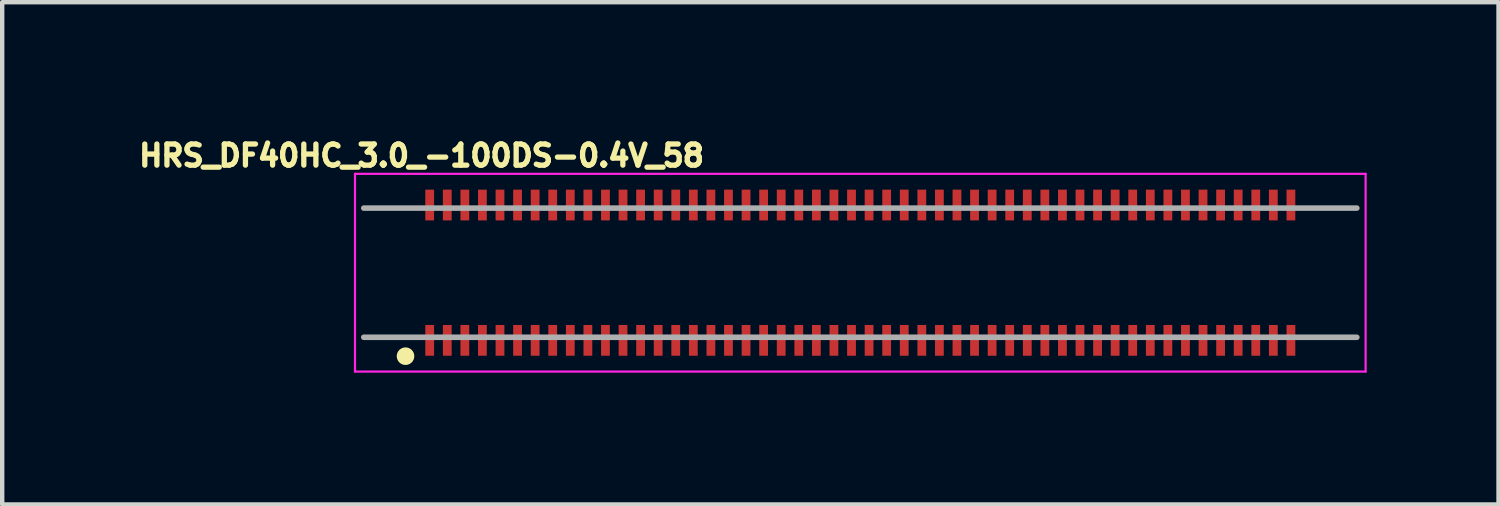
<source format=kicad_pcb>
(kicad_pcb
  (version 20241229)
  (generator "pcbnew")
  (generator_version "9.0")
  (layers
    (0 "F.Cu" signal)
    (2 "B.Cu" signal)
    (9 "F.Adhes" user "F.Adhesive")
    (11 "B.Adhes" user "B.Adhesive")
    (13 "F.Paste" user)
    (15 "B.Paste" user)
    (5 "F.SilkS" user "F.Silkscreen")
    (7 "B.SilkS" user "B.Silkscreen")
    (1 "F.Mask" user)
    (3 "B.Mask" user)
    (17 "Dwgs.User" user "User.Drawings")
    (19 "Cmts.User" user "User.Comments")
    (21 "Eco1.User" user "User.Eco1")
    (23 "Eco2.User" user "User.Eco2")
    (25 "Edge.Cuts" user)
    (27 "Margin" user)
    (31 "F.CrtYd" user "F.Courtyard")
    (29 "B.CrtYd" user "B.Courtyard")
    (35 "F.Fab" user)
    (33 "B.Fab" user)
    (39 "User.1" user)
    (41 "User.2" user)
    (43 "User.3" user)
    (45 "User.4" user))
  (footprint "HRS_DF40HC_3.0_-100DS-0.4V_58"
    (layer "F.Cu")
    (at 16.529 3.156)
    (property "Reference" "HRS_DF40HC_3.0_-100DS-0.4V_58" (at -9.985 -2.664 0) (layer "F.SilkS") (effects (font (size 0.481 0.481) (thickness 0.15))))
    (attr smd)
    (fp_circle (center -10.35 1.9) (end -10.25 1.9) (stroke (width 0.2) (type solid)) (fill no) (layer "F.SilkS"))
    (fp_line (start -11.5 -2.25) (end 11.5 -2.25) (stroke (width 0.05) (type solid)) (layer "F.CrtYd"))
    (fp_line (start -11.5 2.25) (end -11.5 -2.25) (stroke (width 0.05) (type solid)) (layer "F.CrtYd"))
    (fp_line (start 11.5 -2.25) (end 11.5 2.25) (stroke (width 0.05) (type solid)) (layer "F.CrtYd"))
    (fp_line (start 11.5 2.25) (end -11.5 2.25) (stroke (width 0.05) (type solid)) (layer "F.CrtYd"))
    (fp_line (start -11.3 -1.47) (end 11.3 -1.47) (stroke (width 0.127) (type solid)) (layer "F.Fab"))
    (fp_line (start 11.3 1.47) (end -11.3 1.47) (stroke (width 0.127) (type solid)) (layer "F.Fab"))
    (pad "1" smd rect (at -9.8 1.54) (size 0.2 0.7) (layers "F.Cu" "F.Mask" "F.Paste"))
    (pad "2" smd rect (at -9.8 -1.54) (size 0.2 0.7) (layers "F.Cu" "F.Mask" "F.Paste"))
    (pad "3" smd rect (at -9.4 1.54) (size 0.2 0.7) (layers "F.Cu" "F.Mask" "F.Paste"))
    (pad "4" smd rect (at -9.4 -1.54) (size 0.2 0.7) (layers "F.Cu" "F.Mask" "F.Paste"))
    (pad "5" smd rect (at -9 1.54) (size 0.2 0.7) (layers "F.Cu" "F.Mask" "F.Paste"))
    (pad "6" smd rect (at -9 -1.54) (size 0.2 0.7) (layers "F.Cu" "F.Mask" "F.Paste"))
    (pad "7" smd rect (at -8.6 1.54) (size 0.2 0.7) (layers "F.Cu" "F.Mask" "F.Paste"))
    (pad "8" smd rect (at -8.6 -1.54) (size 0.2 0.7) (layers "F.Cu" "F.Mask" "F.Paste"))
    (pad "9" smd rect (at -8.2 1.54) (size 0.2 0.7) (layers "F.Cu" "F.Mask" "F.Paste"))
    (pad "10" smd rect (at -8.2 -1.54) (size 0.2 0.7) (layers "F.Cu" "F.Mask" "F.Paste"))
    (pad "11" smd rect (at -7.8 1.54) (size 0.2 0.7) (layers "F.Cu" "F.Mask" "F.Paste"))
    (pad "12" smd rect (at -7.8 -1.54) (size 0.2 0.7) (layers "F.Cu" "F.Mask" "F.Paste"))
    (pad "13" smd rect (at -7.4 1.54) (size 0.2 0.7) (layers "F.Cu" "F.Mask" "F.Paste"))
    (pad "14" smd rect (at -7.4 -1.54) (size 0.2 0.7) (layers "F.Cu" "F.Mask" "F.Paste"))
    (pad "15" smd rect (at -7 1.54) (size 0.2 0.7) (layers "F.Cu" "F.Mask" "F.Paste"))
    (pad "16" smd rect (at -7 -1.54) (size 0.2 0.7) (layers "F.Cu" "F.Mask" "F.Paste"))
    (pad "17" smd rect (at -6.6 1.54) (size 0.2 0.7) (layers "F.Cu" "F.Mask" "F.Paste"))
    (pad "18" smd rect (at -6.6 -1.54) (size 0.2 0.7) (layers "F.Cu" "F.Mask" "F.Paste"))
    (pad "19" smd rect (at -6.2 1.54) (size 0.2 0.7) (layers "F.Cu" "F.Mask" "F.Paste"))
    (pad "20" smd rect (at -6.2 -1.54) (size 0.2 0.7) (layers "F.Cu" "F.Mask" "F.Paste"))
    (pad "21" smd rect (at -5.8 1.54) (size 0.2 0.7) (layers "F.Cu" "F.Mask" "F.Paste"))
    (pad "22" smd rect (at -5.8 -1.54) (size 0.2 0.7) (layers "F.Cu" "F.Mask" "F.Paste"))
    (pad "23" smd rect (at -5.4 1.54) (size 0.2 0.7) (layers "F.Cu" "F.Mask" "F.Paste"))
    (pad "24" smd rect (at -5.4 -1.54) (size 0.2 0.7) (layers "F.Cu" "F.Mask" "F.Paste"))
    (pad "25" smd rect (at -5 1.54) (size 0.2 0.7) (layers "F.Cu" "F.Mask" "F.Paste"))
    (pad "26" smd rect (at -5 -1.54) (size 0.2 0.7) (layers "F.Cu" "F.Mask" "F.Paste"))
    (pad "27" smd rect (at -4.6 1.54) (size 0.2 0.7) (layers "F.Cu" "F.Mask" "F.Paste"))
    (pad "28" smd rect (at -4.6 -1.54) (size 0.2 0.7) (layers "F.Cu" "F.Mask" "F.Paste"))
    (pad "29" smd rect (at -4.2 1.54) (size 0.2 0.7) (layers "F.Cu" "F.Mask" "F.Paste"))
    (pad "30" smd rect (at -4.2 -1.54) (size 0.2 0.7) (layers "F.Cu" "F.Mask" "F.Paste"))
    (pad "31" smd rect (at -3.8 1.54) (size 0.2 0.7) (layers "F.Cu" "F.Mask" "F.Paste"))
    (pad "32" smd rect (at -3.8 -1.54) (size 0.2 0.7) (layers "F.Cu" "F.Mask" "F.Paste"))
    (pad "33" smd rect (at -3.4 1.54) (size 0.2 0.7) (layers "F.Cu" "F.Mask" "F.Paste"))
    (pad "34" smd rect (at -3.4 -1.54) (size 0.2 0.7) (layers "F.Cu" "F.Mask" "F.Paste"))
    (pad "35" smd rect (at -3 1.54) (size 0.2 0.7) (layers "F.Cu" "F.Mask" "F.Paste"))
    (pad "36" smd rect (at -3 -1.54) (size 0.2 0.7) (layers "F.Cu" "F.Mask" "F.Paste"))
    (pad "37" smd rect (at -2.6 1.54) (size 0.2 0.7) (layers "F.Cu" "F.Mask" "F.Paste"))
    (pad "38" smd rect (at -2.6 -1.54) (size 0.2 0.7) (layers "F.Cu" "F.Mask" "F.Paste"))
    (pad "39" smd rect (at -2.2 1.54) (size 0.2 0.7) (layers "F.Cu" "F.Mask" "F.Paste"))
    (pad "40" smd rect (at -2.2 -1.54) (size 0.2 0.7) (layers "F.Cu" "F.Mask" "F.Paste"))
    (pad "41" smd rect (at -1.8 1.54) (size 0.2 0.7) (layers "F.Cu" "F.Mask" "F.Paste"))
    (pad "42" smd rect (at -1.8 -1.54) (size 0.2 0.7) (layers "F.Cu" "F.Mask" "F.Paste"))
    (pad "43" smd rect (at -1.4 1.54) (size 0.2 0.7) (layers "F.Cu" "F.Mask" "F.Paste"))
    (pad "44" smd rect (at -1.4 -1.54) (size 0.2 0.7) (layers "F.Cu" "F.Mask" "F.Paste"))
    (pad "45" smd rect (at -1 1.54) (size 0.2 0.7) (layers "F.Cu" "F.Mask" "F.Paste"))
    (pad "46" smd rect (at -1 -1.54) (size 0.2 0.7) (layers "F.Cu" "F.Mask" "F.Paste"))
    (pad "47" smd rect (at -0.6 1.54) (size 0.2 0.7) (layers "F.Cu" "F.Mask" "F.Paste"))
    (pad "48" smd rect (at -0.6 -1.54) (size 0.2 0.7) (layers "F.Cu" "F.Mask" "F.Paste"))
    (pad "49" smd rect (at -0.2 1.54) (size 0.2 0.7) (layers "F.Cu" "F.Mask" "F.Paste"))
    (pad "50" smd rect (at -0.2 -1.54) (size 0.2 0.7) (layers "F.Cu" "F.Mask" "F.Paste"))
    (pad "51" smd rect (at 0.2 1.54) (size 0.2 0.7) (layers "F.Cu" "F.Mask" "F.Paste"))
    (pad "52" smd rect (at 0.2 -1.54) (size 0.2 0.7) (layers "F.Cu" "F.Mask" "F.Paste"))
    (pad "53" smd rect (at 0.6 1.54) (size 0.2 0.7) (layers "F.Cu" "F.Mask" "F.Paste"))
    (pad "54" smd rect (at 0.6 -1.54) (size 0.2 0.7) (layers "F.Cu" "F.Mask" "F.Paste"))
    (pad "55" smd rect (at 1 1.54) (size 0.2 0.7) (layers "F.Cu" "F.Mask" "F.Paste"))
    (pad "56" smd rect (at 1 -1.54) (size 0.2 0.7) (layers "F.Cu" "F.Mask" "F.Paste"))
    (pad "57" smd rect (at 1.4 1.54) (size 0.2 0.7) (layers "F.Cu" "F.Mask" "F.Paste"))
    (pad "58" smd rect (at 1.4 -1.54) (size 0.2 0.7) (layers "F.Cu" "F.Mask" "F.Paste"))
    (pad "59" smd rect (at 1.8 1.54) (size 0.2 0.7) (layers "F.Cu" "F.Mask" "F.Paste"))
    (pad "60" smd rect (at 1.8 -1.54) (size 0.2 0.7) (layers "F.Cu" "F.Mask" "F.Paste"))
    (pad "61" smd rect (at 2.2 1.54) (size 0.2 0.7) (layers "F.Cu" "F.Mask" "F.Paste"))
    (pad "62" smd rect (at 2.2 -1.54) (size 0.2 0.7) (layers "F.Cu" "F.Mask" "F.Paste"))
    (pad "63" smd rect (at 2.6 1.54) (size 0.2 0.7) (layers "F.Cu" "F.Mask" "F.Paste"))
    (pad "64" smd rect (at 2.6 -1.54) (size 0.2 0.7) (layers "F.Cu" "F.Mask" "F.Paste"))
    (pad "65" smd rect (at 3 1.54) (size 0.2 0.7) (layers "F.Cu" "F.Mask" "F.Paste"))
    (pad "66" smd rect (at 3 -1.54) (size 0.2 0.7) (layers "F.Cu" "F.Mask" "F.Paste"))
    (pad "67" smd rect (at 3.4 1.54) (size 0.2 0.7) (layers "F.Cu" "F.Mask" "F.Paste"))
    (pad "68" smd rect (at 3.4 -1.54) (size 0.2 0.7) (layers "F.Cu" "F.Mask" "F.Paste"))
    (pad "69" smd rect (at 3.8 1.54) (size 0.2 0.7) (layers "F.Cu" "F.Mask" "F.Paste"))
    (pad "70" smd rect (at 3.8 -1.54) (size 0.2 0.7) (layers "F.Cu" "F.Mask" "F.Paste"))
    (pad "71" smd rect (at 4.2 1.54) (size 0.2 0.7) (layers "F.Cu" "F.Mask" "F.Paste"))
    (pad "72" smd rect (at 4.2 -1.54) (size 0.2 0.7) (layers "F.Cu" "F.Mask" "F.Paste"))
    (pad "73" smd rect (at 4.6 1.54) (size 0.2 0.7) (layers "F.Cu" "F.Mask" "F.Paste"))
    (pad "74" smd rect (at 4.6 -1.54) (size 0.2 0.7) (layers "F.Cu" "F.Mask" "F.Paste"))
    (pad "75" smd rect (at 5 1.54) (size 0.2 0.7) (layers "F.Cu" "F.Mask" "F.Paste"))
    (pad "76" smd rect (at 5 -1.54) (size 0.2 0.7) (layers "F.Cu" "F.Mask" "F.Paste"))
    (pad "77" smd rect (at 5.4 1.54) (size 0.2 0.7) (layers "F.Cu" "F.Mask" "F.Paste"))
    (pad "78" smd rect (at 5.4 -1.54) (size 0.2 0.7) (layers "F.Cu" "F.Mask" "F.Paste"))
    (pad "79" smd rect (at 5.8 1.54) (size 0.2 0.7) (layers "F.Cu" "F.Mask" "F.Paste"))
    (pad "80" smd rect (at 5.8 -1.54) (size 0.2 0.7) (layers "F.Cu" "F.Mask" "F.Paste"))
    (pad "81" smd rect (at 6.2 1.54) (size 0.2 0.7) (layers "F.Cu" "F.Mask" "F.Paste"))
    (pad "82" smd rect (at 6.2 -1.54) (size 0.2 0.7) (layers "F.Cu" "F.Mask" "F.Paste"))
    (pad "83" smd rect (at 6.6 1.54) (size 0.2 0.7) (layers "F.Cu" "F.Mask" "F.Paste"))
    (pad "84" smd rect (at 6.6 -1.54) (size 0.2 0.7) (layers "F.Cu" "F.Mask" "F.Paste"))
    (pad "85" smd rect (at 7 1.54) (size 0.2 0.7) (layers "F.Cu" "F.Mask" "F.Paste"))
    (pad "86" smd rect (at 7 -1.54) (size 0.2 0.7) (layers "F.Cu" "F.Mask" "F.Paste"))
    (pad "87" smd rect (at 7.4 1.54) (size 0.2 0.7) (layers "F.Cu" "F.Mask" "F.Paste"))
    (pad "88" smd rect (at 7.4 -1.54) (size 0.2 0.7) (layers "F.Cu" "F.Mask" "F.Paste"))
    (pad "89" smd rect (at 7.8 1.54) (size 0.2 0.7) (layers "F.Cu" "F.Mask" "F.Paste"))
    (pad "90" smd rect (at 7.8 -1.54) (size 0.2 0.7) (layers "F.Cu" "F.Mask" "F.Paste"))
    (pad "91" smd rect (at 8.2 1.54) (size 0.2 0.7) (layers "F.Cu" "F.Mask" "F.Paste"))
    (pad "92" smd rect (at 8.2 -1.54) (size 0.2 0.7) (layers "F.Cu" "F.Mask" "F.Paste"))
    (pad "93" smd rect (at 8.6 1.54) (size 0.2 0.7) (layers "F.Cu" "F.Mask" "F.Paste"))
    (pad "94" smd rect (at 8.6 -1.54) (size 0.2 0.7) (layers "F.Cu" "F.Mask" "F.Paste"))
    (pad "95" smd rect (at 9 1.54) (size 0.2 0.7) (layers "F.Cu" "F.Mask" "F.Paste"))
    (pad "96" smd rect (at 9 -1.54) (size 0.2 0.7) (layers "F.Cu" "F.Mask" "F.Paste"))
    (pad "97" smd rect (at 9.4 1.54) (size 0.2 0.7) (layers "F.Cu" "F.Mask" "F.Paste"))
    (pad "98" smd rect (at 9.4 -1.54) (size 0.2 0.7) (layers "F.Cu" "F.Mask" "F.Paste"))
    (pad "99" smd rect (at 9.8 1.54) (size 0.2 0.7) (layers "F.Cu" "F.Mask" "F.Paste"))
    (pad "100" smd rect (at 9.8 -1.54) (size 0.2 0.7) (layers "F.Cu" "F.Mask" "F.Paste"))
    (zone (net_name "") (layer "F.Cu") (hatch full 0.508) (connect_pads) (min_thickness 0.01) (filled_areas_thickness no) (keepout (tracks not_allowed) (vias not_allowed) (pads not_allowed) (copperpour not_allowed) (footprints allowed)) (placement (enabled no)) (fill) (polygon (pts (xy 6.6 1.966) (xy 6.829 1.966) (xy 6.829 2.695) (xy 6.6 2.695))))
    (zone (net_name "") (layer "F.Cu") (hatch full 0.508) (connect_pads) (min_thickness 0.01) (filled_areas_thickness no) (keepout (tracks not_allowed) (vias not_allowed) (pads not_allowed) (copperpour not_allowed) (footprints allowed)) (placement (enabled no)) (fill) (polygon (pts (xy 6.622 3.616) (xy 6.829 3.616) (xy 6.829 4.347) (xy 6.622 4.347))))
    (zone (net_name "") (layer "F.Cu") (hatch full 0.508) (connect_pads) (min_thickness 0.01) (filled_areas_thickness no) (keepout (tracks not_allowed) (vias not_allowed) (pads not_allowed) (copperpour not_allowed) (footprints allowed)) (placement (enabled no)) (fill) (polygon (pts (xy 6.998 1.966) (xy 7.229 1.966) (xy 7.229 2.695) (xy 6.998 2.695))))
    (zone (net_name "") (layer "F.Cu") (hatch full 0.508) (connect_pads) (min_thickness 0.01) (filled_areas_thickness no) (keepout (tracks not_allowed) (vias not_allowed) (pads not_allowed) (copperpour not_allowed) (footprints allowed)) (placement (enabled no)) (fill) (polygon (pts (xy 7.02 3.616) (xy 7.229 3.616) (xy 7.229 4.348) (xy 7.02 4.348))))
    (zone (net_name "") (layer "F.Cu") (hatch full 0.508) (connect_pads) (min_thickness 0.01) (filled_areas_thickness no) (keepout (tracks not_allowed) (vias not_allowed) (pads not_allowed) (copperpour not_allowed) (footprints allowed)) (placement (enabled no)) (fill) (polygon (pts (xy 7.41 1.966) (xy 7.629 1.966) (xy 7.629 2.696) (xy 7.41 2.696))))
    (zone (net_name "") (layer "F.Cu") (hatch full 0.508) (connect_pads) (min_thickness 0.01) (filled_areas_thickness no) (keepout (tracks not_allowed) (vias not_allowed) (pads not_allowed) (copperpour not_allowed) (footprints allowed)) (placement (enabled no)) (fill) (polygon (pts (xy 7.427 3.616) (xy 7.629 3.616) (xy 7.629 4.347) (xy 7.427 4.347))))
    (zone (net_name "") (layer "F.Cu") (hatch full 0.508) (connect_pads) (min_thickness 0.01) (filled_areas_thickness no) (keepout (tracks not_allowed) (vias not_allowed) (pads not_allowed) (copperpour not_allowed) (footprints allowed)) (placement (enabled no)) (fill) (polygon (pts (xy 7.81 3.616) (xy 8.029 3.616) (xy 8.029 4.349) (xy 7.81 4.349))))
    (zone (net_name "") (layer "F.Cu") (hatch full 0.508) (connect_pads) (min_thickness 0.01) (filled_areas_thickness no) (keepout (tracks not_allowed) (vias not_allowed) (pads not_allowed) (copperpour not_allowed) (footprints allowed)) (placement (enabled no)) (fill) (polygon (pts (xy 7.811 1.966) (xy 8.029 1.966) (xy 8.029 2.695) (xy 7.811 2.695))))
    (zone (net_name "") (layer "F.Cu") (hatch full 0.508) (connect_pads) (min_thickness 0.01) (filled_areas_thickness no) (keepout (tracks not_allowed) (vias not_allowed) (pads not_allowed) (copperpour not_allowed) (footprints allowed)) (placement (enabled no)) (fill) (polygon (pts (xy 8.212 3.616) (xy 8.429 3.616) (xy 8.429 4.349) (xy 8.212 4.349))))
    (zone (net_name "") (layer "F.Cu") (hatch full 0.508) (connect_pads) (min_thickness 0.01) (filled_areas_thickness no) (keepout (tracks not_allowed) (vias not_allowed) (pads not_allowed) (copperpour not_allowed) (footprints allowed)) (placement (enabled no)) (fill) (polygon (pts (xy 8.216 1.966) (xy 8.429 1.966) (xy 8.429 2.696) (xy 8.216 2.696))))
    (zone (net_name "") (layer "F.Cu") (hatch full 0.508) (connect_pads) (min_thickness 0.01) (filled_areas_thickness no) (keepout (tracks not_allowed) (vias not_allowed) (pads not_allowed) (copperpour not_allowed) (footprints allowed)) (placement (enabled no)) (fill) (polygon (pts (xy 8.608 3.616) (xy 8.829 3.616) (xy 8.829 4.35) (xy 8.608 4.35))))
    (zone (net_name "") (layer "F.Cu") (hatch full 0.508) (connect_pads) (min_thickness 0.01) (filled_areas_thickness no) (keepout (tracks not_allowed) (vias not_allowed) (pads not_allowed) (copperpour not_allowed) (footprints allowed)) (placement (enabled no)) (fill) (polygon (pts (xy 8.62 1.966) (xy 8.829 1.966) (xy 8.829 2.696) (xy 8.62 2.696))))
    (zone (net_name "") (layer "F.Cu") (hatch full 0.508) (connect_pads) (min_thickness 0.01) (filled_areas_thickness no) (keepout (tracks not_allowed) (vias not_allowed) (pads not_allowed) (copperpour not_allowed) (footprints allowed)) (placement (enabled no)) (fill) (polygon (pts (xy 9.015 3.616) (xy 9.229 3.616) (xy 9.229 4.349) (xy 9.015 4.349))))
    (zone (net_name "") (layer "F.Cu") (hatch full 0.508) (connect_pads) (min_thickness 0.01) (filled_areas_thickness no) (keepout (tracks not_allowed) (vias not_allowed) (pads not_allowed) (copperpour not_allowed) (footprints allowed)) (placement (enabled no)) (fill) (polygon (pts (xy 9.021 1.966) (xy 9.229 1.966) (xy 9.229 2.696) (xy 9.021 2.696))))
    (zone (net_name "") (layer "F.Cu") (hatch full 0.508) (connect_pads) (min_thickness 0.01) (filled_areas_thickness no) (keepout (tracks not_allowed) (vias not_allowed) (pads not_allowed) (copperpour not_allowed) (footprints allowed)) (placement (enabled no)) (fill) (polygon (pts (xy 9.412 3.616) (xy 9.629 3.616) (xy 9.629 4.349) (xy 9.412 4.349))))
    (zone (net_name "") (layer "F.Cu") (hatch full 0.508) (connect_pads) (min_thickness 0.01) (filled_areas_thickness no) (keepout (tracks not_allowed) (vias not_allowed) (pads not_allowed) (copperpour not_allowed) (footprints allowed)) (placement (enabled no)) (fill) (polygon (pts (xy 9.419 1.966) (xy 9.629 1.966) (xy 9.629 2.696) (xy 9.419 2.696))))
    (zone (net_name "") (layer "F.Cu") (hatch full 0.508) (connect_pads) (min_thickness 0.01) (filled_areas_thickness no) (keepout (tracks not_allowed) (vias not_allowed) (pads not_allowed) (copperpour not_allowed) (footprints allowed)) (placement (enabled no)) (fill) (polygon (pts (xy 9.808 1.966) (xy 10.029 1.966) (xy 10.029 2.695) (xy 9.808 2.695))))
    (zone (net_name "") (layer "F.Cu") (hatch full 0.508) (connect_pads) (min_thickness 0.01) (filled_areas_thickness no) (keepout (tracks not_allowed) (vias not_allowed) (pads not_allowed) (copperpour not_allowed) (footprints allowed)) (placement (enabled no)) (fill) (polygon (pts (xy 9.812 3.616) (xy 10.029 3.616) (xy 10.029 4.35) (xy 9.812 4.35))))
    (zone (net_name "") (layer "F.Cu") (hatch full 0.508) (connect_pads) (min_thickness 0.01) (filled_areas_thickness no) (keepout (tracks not_allowed) (vias not_allowed) (pads not_allowed) (copperpour not_allowed) (footprints allowed)) (placement (enabled no)) (fill) (polygon (pts (xy 10.213 1.966) (xy 10.429 1.966) (xy 10.429 2.695) (xy 10.213 2.695))))
    (zone (net_name "") (layer "F.Cu") (hatch full 0.508) (connect_pads) (min_thickness 0.01) (filled_areas_thickness no) (keepout (tracks not_allowed) (vias not_allowed) (pads not_allowed) (copperpour not_allowed) (footprints allowed)) (placement (enabled no)) (fill) (polygon (pts (xy 10.219 3.616) (xy 10.429 3.616) (xy 10.429 4.348) (xy 10.219 4.348))))
    (zone (net_name "") (layer "F.Cu") (hatch full 0.508) (connect_pads) (min_thickness 0.01) (filled_areas_thickness no) (keepout (tracks not_allowed) (vias not_allowed) (pads not_allowed) (copperpour not_allowed) (footprints allowed)) (placement (enabled no)) (fill) (polygon (pts (xy 10.615 1.966) (xy 10.829 1.966) (xy 10.829 2.695) (xy 10.615 2.695))))
    (zone (net_name "") (layer "F.Cu") (hatch full 0.508) (connect_pads) (min_thickness 0.01) (filled_areas_thickness no) (keepout (tracks not_allowed) (vias not_allowed) (pads not_allowed) (copperpour not_allowed) (footprints allowed)) (placement (enabled no)) (fill) (polygon (pts (xy 10.615 3.616) (xy 10.829 3.616) (xy 10.829 4.349) (xy 10.615 4.349))))
    (zone (net_name "") (layer "F.Cu") (hatch full 0.508) (connect_pads) (min_thickness 0.01) (filled_areas_thickness no) (keepout (tracks not_allowed) (vias not_allowed) (pads not_allowed) (copperpour not_allowed) (footprints allowed)) (placement (enabled no)) (fill) (polygon (pts (xy 11.008 3.616) (xy 11.229 3.616) (xy 11.229 4.351) (xy 11.008 4.351))))
    (zone (net_name "") (layer "F.Cu") (hatch full 0.508) (connect_pads) (min_thickness 0.01) (filled_areas_thickness no) (keepout (tracks not_allowed) (vias not_allowed) (pads not_allowed) (copperpour not_allowed) (footprints allowed)) (placement (enabled no)) (fill) (polygon (pts (xy 11.013 1.966) (xy 11.229 1.966) (xy 11.229 2.695) (xy 11.013 2.695))))
    (zone (net_name "") (layer "F.Cu") (hatch full 0.508) (connect_pads) (min_thickness 0.01) (filled_areas_thickness no) (keepout (tracks not_allowed) (vias not_allowed) (pads not_allowed) (copperpour not_allowed) (footprints allowed)) (placement (enabled no)) (fill) (polygon (pts (xy 11.415 1.966) (xy 11.629 1.966) (xy 11.629 2.695) (xy 11.415 2.695))))
    (zone (net_name "") (layer "F.Cu") (hatch full 0.508) (connect_pads) (min_thickness 0.01) (filled_areas_thickness no) (keepout (tracks not_allowed) (vias not_allowed) (pads not_allowed) (copperpour not_allowed) (footprints allowed)) (placement (enabled no)) (fill) (polygon (pts (xy 11.419 3.616) (xy 11.629 3.616) (xy 11.629 4.349) (xy 11.419 4.349))))
    (zone (net_name "") (layer "F.Cu") (hatch full 0.508) (connect_pads) (min_thickness 0.01) (filled_areas_thickness no) (keepout (tracks not_allowed) (vias not_allowed) (pads not_allowed) (copperpour not_allowed) (footprints allowed)) (placement (enabled no)) (fill) (polygon (pts (xy 11.819 3.616) (xy 12.029 3.616) (xy 12.029 4.349) (xy 11.819 4.349))))
    (zone (net_name "") (layer "F.Cu") (hatch full 0.508) (connect_pads) (min_thickness 0.01) (filled_areas_thickness no) (keepout (tracks not_allowed) (vias not_allowed) (pads not_allowed) (copperpour not_allowed) (footprints allowed)) (placement (enabled no)) (fill) (polygon (pts (xy 11.82 1.966) (xy 12.029 1.966) (xy 12.029 2.696) (xy 11.82 2.696))))
    (zone (net_name "") (layer "F.Cu") (hatch full 0.508) (connect_pads) (min_thickness 0.01) (filled_areas_thickness no) (keepout (tracks not_allowed) (vias not_allowed) (pads not_allowed) (copperpour not_allowed) (footprints allowed)) (placement (enabled no)) (fill) (polygon (pts (xy 12.223 1.966) (xy 12.429 1.966) (xy 12.429 2.696) (xy 12.223 2.696))))
    (zone (net_name "") (layer "F.Cu") (hatch full 0.508) (connect_pads) (min_thickness 0.01) (filled_areas_thickness no) (keepout (tracks not_allowed) (vias not_allowed) (pads not_allowed) (copperpour not_allowed) (footprints allowed)) (placement (enabled no)) (fill) (polygon (pts (xy 12.226 3.616) (xy 12.429 3.616) (xy 12.429 4.347) (xy 12.226 4.347))))
    (zone (net_name "") (layer "F.Cu") (hatch full 0.508) (connect_pads) (min_thickness 0.01) (filled_areas_thickness no) (keepout (tracks not_allowed) (vias not_allowed) (pads not_allowed) (copperpour not_allowed) (footprints allowed)) (placement (enabled no)) (fill) (polygon (pts (xy 12.619 3.616) (xy 12.829 3.616) (xy 12.829 4.35) (xy 12.619 4.35))))
    (zone (net_name "") (layer "F.Cu") (hatch full 0.508) (connect_pads) (min_thickness 0.01) (filled_areas_thickness no) (keepout (tracks not_allowed) (vias not_allowed) (pads not_allowed) (copperpour not_allowed) (footprints allowed)) (placement (enabled no)) (fill) (polygon (pts (xy 12.624 1.966) (xy 12.829 1.966) (xy 12.829 2.696) (xy 12.624 2.696))))
    (zone (net_name "") (layer "F.Cu") (hatch full 0.508) (connect_pads) (min_thickness 0.01) (filled_areas_thickness no) (keepout (tracks not_allowed) (vias not_allowed) (pads not_allowed) (copperpour not_allowed) (footprints allowed)) (placement (enabled no)) (fill) (polygon (pts (xy 13.017 3.616) (xy 13.229 3.616) (xy 13.229 4.351) (xy 13.017 4.351))))
    (zone (net_name "") (layer "F.Cu") (hatch full 0.508) (connect_pads) (min_thickness 0.01) (filled_areas_thickness no) (keepout (tracks not_allowed) (vias not_allowed) (pads not_allowed) (copperpour not_allowed) (footprints allowed)) (placement (enabled no)) (fill) (polygon (pts (xy 13.028 1.966) (xy 13.229 1.966) (xy 13.229 2.696) (xy 13.028 2.696))))
    (zone (net_name "") (layer "F.Cu") (hatch full 0.508) (connect_pads) (min_thickness 0.01) (filled_areas_thickness no) (keepout (tracks not_allowed) (vias not_allowed) (pads not_allowed) (copperpour not_allowed) (footprints allowed)) (placement (enabled no)) (fill) (polygon (pts (xy 13.419 1.966) (xy 13.629 1.966) (xy 13.629 2.695) (xy 13.419 2.695))))
    (zone (net_name "") (layer "F.Cu") (hatch full 0.508) (connect_pads) (min_thickness 0.01) (filled_areas_thickness no) (keepout (tracks not_allowed) (vias not_allowed) (pads not_allowed) (copperpour not_allowed) (footprints allowed)) (placement (enabled no)) (fill) (polygon (pts (xy 13.427 3.616) (xy 13.629 3.616) (xy 13.629 4.347) (xy 13.427 4.347))))
    (zone (net_name "") (layer "F.Cu") (hatch full 0.508) (connect_pads) (min_thickness 0.01) (filled_areas_thickness no) (keepout (tracks not_allowed) (vias not_allowed) (pads not_allowed) (copperpour not_allowed) (footprints allowed)) (placement (enabled no)) (fill) (polygon (pts (xy 13.82 3.616) (xy 14.029 3.616) (xy 14.029 4.351) (xy 13.82 4.351))))
    (zone (net_name "") (layer "F.Cu") (hatch full 0.508) (connect_pads) (min_thickness 0.01) (filled_areas_thickness no) (keepout (tracks not_allowed) (vias not_allowed) (pads not_allowed) (copperpour not_allowed) (footprints allowed)) (placement (enabled no)) (fill) (polygon (pts (xy 13.821 1.966) (xy 14.029 1.966) (xy 14.029 2.695) (xy 13.821 2.695))))
    (zone (net_name "") (layer "F.Cu") (hatch full 0.508) (connect_pads) (min_thickness 0.01) (filled_areas_thickness no) (keepout (tracks not_allowed) (vias not_allowed) (pads not_allowed) (copperpour not_allowed) (footprints allowed)) (placement (enabled no)) (fill) (polygon (pts (xy 14.224 1.966) (xy 14.429 1.966) (xy 14.429 2.695) (xy 14.224 2.695))))
    (zone (net_name "") (layer "F.Cu") (hatch full 0.508) (connect_pads) (min_thickness 0.01) (filled_areas_thickness no) (keepout (tracks not_allowed) (vias not_allowed) (pads not_allowed) (copperpour not_allowed) (footprints allowed)) (placement (enabled no)) (fill) (polygon (pts (xy 14.226 3.616) (xy 14.429 3.616) (xy 14.429 4.348) (xy 14.226 4.348))))
    (zone (net_name "") (layer "F.Cu") (hatch full 0.508) (connect_pads) (min_thickness 0.01) (filled_areas_thickness no) (keepout (tracks not_allowed) (vias not_allowed) (pads not_allowed) (copperpour not_allowed) (footprints allowed)) (placement (enabled no)) (fill) (polygon (pts (xy 14.624 3.616) (xy 14.829 3.616) (xy 14.829 4.35) (xy 14.624 4.35))))
    (zone (net_name "") (layer "F.Cu") (hatch full 0.508) (connect_pads) (min_thickness 0.01) (filled_areas_thickness no) (keepout (tracks not_allowed) (vias not_allowed) (pads not_allowed) (copperpour not_allowed) (footprints allowed)) (placement (enabled no)) (fill) (polygon (pts (xy 14.627 1.966) (xy 14.829 1.966) (xy 14.829 2.696) (xy 14.627 2.696))))
    (zone (net_name "") (layer "F.Cu") (hatch full 0.508) (connect_pads) (min_thickness 0.01) (filled_areas_thickness no) (keepout (tracks not_allowed) (vias not_allowed) (pads not_allowed) (copperpour not_allowed) (footprints allowed)) (placement (enabled no)) (fill) (polygon (pts (xy 15.026 1.966) (xy 15.229 1.966) (xy 15.229 2.695) (xy 15.026 2.695))))
    (zone (net_name "") (layer "F.Cu") (hatch full 0.508) (connect_pads) (min_thickness 0.01) (filled_areas_thickness no) (keepout (tracks not_allowed) (vias not_allowed) (pads not_allowed) (copperpour not_allowed) (footprints allowed)) (placement (enabled no)) (fill) (polygon (pts (xy 15.028 3.616) (xy 15.229 3.616) (xy 15.229 4.348) (xy 15.028 4.348))))
    (zone (net_name "") (layer "F.Cu") (hatch full 0.508) (connect_pads) (min_thickness 0.01) (filled_areas_thickness no) (keepout (tracks not_allowed) (vias not_allowed) (pads not_allowed) (copperpour not_allowed) (footprints allowed)) (placement (enabled no)) (fill) (polygon (pts (xy 15.427 3.616) (xy 15.629 3.616) (xy 15.629 4.349) (xy 15.427 4.349))))
    (zone (net_name "") (layer "F.Cu") (hatch full 0.508) (connect_pads) (min_thickness 0.01) (filled_areas_thickness no) (keepout (tracks not_allowed) (vias not_allowed) (pads not_allowed) (copperpour not_allowed) (footprints allowed)) (placement (enabled no)) (fill) (polygon (pts (xy 15.427 1.966) (xy 15.629 1.966) (xy 15.629 2.696) (xy 15.427 2.696))))
    (zone (net_name "") (layer "F.Cu") (hatch full 0.508) (connect_pads) (min_thickness 0.01) (filled_areas_thickness no) (keepout (tracks not_allowed) (vias not_allowed) (pads not_allowed) (copperpour not_allowed) (footprints allowed)) (placement (enabled no)) (fill) (polygon (pts (xy 15.828 3.616) (xy 16.029 3.616) (xy 16.029 4.348) (xy 15.828 4.348))))
    (zone (net_name "") (layer "F.Cu") (hatch full 0.508) (connect_pads) (min_thickness 0.01) (filled_areas_thickness no) (keepout (tracks not_allowed) (vias not_allowed) (pads not_allowed) (copperpour not_allowed) (footprints allowed)) (placement (enabled no)) (fill) (polygon (pts (xy 15.828 1.966) (xy 16.029 1.966) (xy 16.029 2.696) (xy 15.828 2.696))))
    (zone (net_name "") (layer "F.Cu") (hatch full 0.508) (connect_pads) (min_thickness 0.01) (filled_areas_thickness no) (keepout (tracks not_allowed) (vias not_allowed) (pads not_allowed) (copperpour not_allowed) (footprints allowed)) (placement (enabled no)) (fill) (polygon (pts (xy 16.228 1.966) (xy 16.429 1.966) (xy 16.429 2.695) (xy 16.228 2.695))))
    (zone (net_name "") (layer "F.Cu") (hatch full 0.508) (connect_pads) (min_thickness 0.01) (filled_areas_thickness no) (keepout (tracks not_allowed) (vias not_allowed) (pads not_allowed) (copperpour not_allowed) (footprints allowed)) (placement (enabled no)) (fill) (polygon (pts (xy 16.228 3.616) (xy 16.429 3.616) (xy 16.429 4.349) (xy 16.228 4.349))))
    (zone (net_name "") (layer "F.Cu") (hatch full 0.508) (connect_pads) (min_thickness 0.01) (filled_areas_thickness no) (keepout (tracks not_allowed) (vias not_allowed) (pads not_allowed) (copperpour not_allowed) (footprints allowed)) (placement (enabled no)) (fill) (polygon (pts (xy 16.629 3.616) (xy 16.829 3.616) (xy 16.829 4.349) (xy 16.629 4.349))))
    (zone (net_name "") (layer "F.Cu") (hatch full 0.508) (connect_pads) (min_thickness 0.01) (filled_areas_thickness no) (keepout (tracks not_allowed) (vias not_allowed) (pads not_allowed) (copperpour not_allowed) (footprints allowed)) (placement (enabled no)) (fill) (polygon (pts (xy 16.629 1.966) (xy 16.829 1.966) (xy 16.829 2.695) (xy 16.629 2.695))))
    (zone (net_name "") (layer "F.Cu") (hatch full 0.508) (connect_pads) (min_thickness 0.01) (filled_areas_thickness no) (keepout (tracks not_allowed) (vias not_allowed) (pads not_allowed) (copperpour not_allowed) (footprints allowed)) (placement (enabled no)) (fill) (polygon (pts (xy 17.029 3.616) (xy 17.229 3.616) (xy 17.229 4.347) (xy 17.029 4.347))))
    (zone (net_name "") (layer "F.Cu") (hatch full 0.508) (connect_pads) (min_thickness 0.01) (filled_areas_thickness no) (keepout (tracks not_allowed) (vias not_allowed) (pads not_allowed) (copperpour not_allowed) (footprints allowed)) (placement (enabled no)) (fill) (polygon (pts (xy 17.03 1.966) (xy 17.229 1.966) (xy 17.229 2.696) (xy 17.03 2.696))))
    (zone (net_name "") (layer "F.Cu") (hatch full 0.508) (connect_pads) (min_thickness 0.01) (filled_areas_thickness no) (keepout (tracks not_allowed) (vias not_allowed) (pads not_allowed) (copperpour not_allowed) (footprints allowed)) (placement (enabled no)) (fill) (polygon (pts (xy 17.43 1.966) (xy 17.629 1.966) (xy 17.629 2.696) (xy 17.43 2.696))))
    (zone (net_name "") (layer "F.Cu") (hatch full 0.508) (connect_pads) (min_thickness 0.01) (filled_areas_thickness no) (keepout (tracks not_allowed) (vias not_allowed) (pads not_allowed) (copperpour not_allowed) (footprints allowed)) (placement (enabled no)) (fill) (polygon (pts (xy 17.431 3.616) (xy 17.629 3.616) (xy 17.629 4.349) (xy 17.431 4.349))))
    (zone (net_name "") (layer "F.Cu") (hatch full 0.508) (connect_pads) (min_thickness 0.01) (filled_areas_thickness no) (keepout (tracks not_allowed) (vias not_allowed) (pads not_allowed) (copperpour not_allowed) (footprints allowed)) (placement (enabled no)) (fill) (polygon (pts (xy 17.832 3.616) (xy 18.029 3.616) (xy 18.029 4.349) (xy 17.832 4.349))))
    (zone (net_name "") (layer "F.Cu") (hatch full 0.508) (connect_pads) (min_thickness 0.01) (filled_areas_thickness no) (keepout (tracks not_allowed) (vias not_allowed) (pads not_allowed) (copperpour not_allowed) (footprints allowed)) (placement (enabled no)) (fill) (polygon (pts (xy 17.833 1.966) (xy 18.029 1.966) (xy 18.029 2.695) (xy 17.833 2.695))))
    (zone (net_name "") (layer "F.Cu") (hatch full 0.508) (connect_pads) (min_thickness 0.01) (filled_areas_thickness no) (keepout (tracks not_allowed) (vias not_allowed) (pads not_allowed) (copperpour not_allowed) (footprints allowed)) (placement (enabled no)) (fill) (polygon (pts (xy 18.231 1.966) (xy 18.429 1.966) (xy 18.429 2.696) (xy 18.231 2.696))))
    (zone (net_name "") (layer "F.Cu") (hatch full 0.508) (connect_pads) (min_thickness 0.01) (filled_areas_thickness no) (keepout (tracks not_allowed) (vias not_allowed) (pads not_allowed) (copperpour not_allowed) (footprints allowed)) (placement (enabled no)) (fill) (polygon (pts (xy 18.233 3.616) (xy 18.429 3.616) (xy 18.429 4.349) (xy 18.233 4.349))))
    (zone (net_name "") (layer "F.Cu") (hatch full 0.508) (connect_pads) (min_thickness 0.01) (filled_areas_thickness no) (keepout (tracks not_allowed) (vias not_allowed) (pads not_allowed) (copperpour not_allowed) (footprints allowed)) (placement (enabled no)) (fill) (polygon (pts (xy 18.631 1.966) (xy 18.829 1.966) (xy 18.829 2.696) (xy 18.631 2.696))))
    (zone (net_name "") (layer "F.Cu") (hatch full 0.508) (connect_pads) (min_thickness 0.01) (filled_areas_thickness no) (keepout (tracks not_allowed) (vias not_allowed) (pads not_allowed) (copperpour not_allowed) (footprints allowed)) (placement (enabled no)) (fill) (polygon (pts (xy 18.634 3.616) (xy 18.829 3.616) (xy 18.829 4.349) (xy 18.634 4.349))))
    (zone (net_name "") (layer "F.Cu") (hatch full 0.508) (connect_pads) (min_thickness 0.01) (filled_areas_thickness no) (keepout (tracks not_allowed) (vias not_allowed) (pads not_allowed) (copperpour not_allowed) (footprints allowed)) (placement (enabled no)) (fill) (polygon (pts (xy 19.03 3.616) (xy 19.229 3.616) (xy 19.229 4.347) (xy 19.03 4.347))))
    (zone (net_name "") (layer "F.Cu") (hatch full 0.508) (connect_pads) (min_thickness 0.01) (filled_areas_thickness no) (keepout (tracks not_allowed) (vias not_allowed) (pads not_allowed) (copperpour not_allowed) (footprints allowed)) (placement (enabled no)) (fill) (polygon (pts (xy 19.034 1.966) (xy 19.229 1.966) (xy 19.229 2.696) (xy 19.034 2.696))))
    (zone (net_name "") (layer "F.Cu") (hatch full 0.508) (connect_pads) (min_thickness 0.01) (filled_areas_thickness no) (keepout (tracks not_allowed) (vias not_allowed) (pads not_allowed) (copperpour not_allowed) (footprints allowed)) (placement (enabled no)) (fill) (polygon (pts (xy 19.434 1.966) (xy 19.629 1.966) (xy 19.629 2.696) (xy 19.434 2.696))))
    (zone (net_name "") (layer "F.Cu") (hatch full 0.508) (connect_pads) (min_thickness 0.01) (filled_areas_thickness no) (keepout (tracks not_allowed) (vias not_allowed) (pads not_allowed) (copperpour not_allowed) (footprints allowed)) (placement (enabled no)) (fill) (polygon (pts (xy 19.437 3.616) (xy 19.629 3.616) (xy 19.629 4.35) (xy 19.437 4.35))))
    (zone (net_name "") (layer "F.Cu") (hatch full 0.508) (connect_pads) (min_thickness 0.01) (filled_areas_thickness no) (keepout (tracks not_allowed) (vias not_allowed) (pads not_allowed) (copperpour not_allowed) (footprints allowed)) (placement (enabled no)) (fill) (polygon (pts (xy 19.835 1.966) (xy 20.029 1.966) (xy 20.029 2.696) (xy 19.835 2.696))))
    (zone (net_name "") (layer "F.Cu") (hatch full 0.508) (connect_pads) (min_thickness 0.01) (filled_areas_thickness no) (keepout (tracks not_allowed) (vias not_allowed) (pads not_allowed) (copperpour not_allowed) (footprints allowed)) (placement (enabled no)) (fill) (polygon (pts (xy 19.836 3.616) (xy 20.029 3.616) (xy 20.029 4.349) (xy 19.836 4.349))))
    (zone (net_name "") (layer "F.Cu") (hatch full 0.508) (connect_pads) (min_thickness 0.01) (filled_areas_thickness no) (keepout (tracks not_allowed) (vias not_allowed) (pads not_allowed) (copperpour not_allowed) (footprints allowed)) (placement (enabled no)) (fill) (polygon (pts (xy 20.232 1.966) (xy 20.429 1.966) (xy 20.429 2.696) (xy 20.232 2.696))))
    (zone (net_name "") (layer "F.Cu") (hatch full 0.508) (connect_pads) (min_thickness 0.01) (filled_areas_thickness no) (keepout (tracks not_allowed) (vias not_allowed) (pads not_allowed) (copperpour not_allowed) (footprints allowed)) (placement (enabled no)) (fill) (polygon (pts (xy 20.239 3.616) (xy 20.429 3.616) (xy 20.429 4.35) (xy 20.239 4.35))))
    (zone (net_name "") (layer "F.Cu") (hatch full 0.508) (connect_pads) (min_thickness 0.01) (filled_areas_thickness no) (keepout (tracks not_allowed) (vias not_allowed) (pads not_allowed) (copperpour not_allowed) (footprints allowed)) (placement (enabled no)) (fill) (polygon (pts (xy 20.631 3.616) (xy 20.829 3.616) (xy 20.829 4.347) (xy 20.631 4.347))))
    (zone (net_name "") (layer "F.Cu") (hatch full 0.508) (connect_pads) (min_thickness 0.01) (filled_areas_thickness no) (keepout (tracks not_allowed) (vias not_allowed) (pads not_allowed) (copperpour not_allowed) (footprints allowed)) (placement (enabled no)) (fill) (polygon (pts (xy 20.634 1.966) (xy 20.829 1.966) (xy 20.829 2.696) (xy 20.634 2.696))))
    (zone (net_name "") (layer "F.Cu") (hatch full 0.508) (connect_pads) (min_thickness 0.01) (filled_areas_thickness no) (keepout (tracks not_allowed) (vias not_allowed) (pads not_allowed) (copperpour not_allowed) (footprints allowed)) (placement (enabled no)) (fill) (polygon (pts (xy 21.033 1.966) (xy 21.229 1.966) (xy 21.229 2.696) (xy 21.033 2.696))))
    (zone (net_name "") (layer "F.Cu") (hatch full 0.508) (connect_pads) (min_thickness 0.01) (filled_areas_thickness no) (keepout (tracks not_allowed) (vias not_allowed) (pads not_allowed) (copperpour not_allowed) (footprints allowed)) (placement (enabled no)) (fill) (polygon (pts (xy 21.034 3.616) (xy 21.229 3.616) (xy 21.229 4.348) (xy 21.034 4.348))))
    (zone (net_name "") (layer "F.Cu") (hatch full 0.508) (connect_pads) (min_thickness 0.01) (filled_areas_thickness no) (keepout (tracks not_allowed) (vias not_allowed) (pads not_allowed) (copperpour not_allowed) (footprints allowed)) (placement (enabled no)) (fill) (polygon (pts (xy 21.431 3.616) (xy 21.629 3.616) (xy 21.629 4.347) (xy 21.431 4.347))))
    (zone (net_name "") (layer "F.Cu") (hatch full 0.508) (connect_pads) (min_thickness 0.01) (filled_areas_thickness no) (keepout (tracks not_allowed) (vias not_allowed) (pads not_allowed) (copperpour not_allowed) (footprints allowed)) (placement (enabled no)) (fill) (polygon (pts (xy 21.441 1.966) (xy 21.629 1.966) (xy 21.629 2.695) (xy 21.441 2.695))))
    (zone (net_name "") (layer "F.Cu") (hatch full 0.508) (connect_pads) (min_thickness 0.01) (filled_areas_thickness no) (keepout (tracks not_allowed) (vias not_allowed) (pads not_allowed) (copperpour not_allowed) (footprints allowed)) (placement (enabled no)) (fill) (polygon (pts (xy 21.84 1.966) (xy 22.029 1.966) (xy 22.029 2.696) (xy 21.84 2.696))))
    (zone (net_name "") (layer "F.Cu") (hatch full 0.508) (connect_pads) (min_thickness 0.01) (filled_areas_thickness no) (keepout (tracks not_allowed) (vias not_allowed) (pads not_allowed) (copperpour not_allowed) (footprints allowed)) (placement (enabled no)) (fill) (polygon (pts (xy 21.845 3.616) (xy 22.029 3.616) (xy 22.029 4.35) (xy 21.845 4.35))))
    (zone (net_name "") (layer "F.Cu") (hatch full 0.508) (connect_pads) (min_thickness 0.01) (filled_areas_thickness no) (keepout (tracks not_allowed) (vias not_allowed) (pads not_allowed) (copperpour not_allowed) (footprints allowed)) (placement (enabled no)) (fill) (polygon (pts (xy 22.241 3.616) (xy 22.429 3.616) (xy 22.429 4.349) (xy 22.241 4.349))))
    (zone (net_name "") (layer "F.Cu") (hatch full 0.508) (connect_pads) (min_thickness 0.01) (filled_areas_thickness no) (keepout (tracks not_allowed) (vias not_allowed) (pads not_allowed) (copperpour not_allowed) (footprints allowed)) (placement (enabled no)) (fill) (polygon (pts (xy 22.243 1.966) (xy 22.429 1.966) (xy 22.429 2.695) (xy 22.243 2.695))))
    (zone (net_name "") (layer "F.Cu") (hatch full 0.508) (connect_pads) (min_thickness 0.01) (filled_areas_thickness no) (keepout (tracks not_allowed) (vias not_allowed) (pads not_allowed) (copperpour not_allowed) (footprints allowed)) (placement (enabled no)) (fill) (polygon (pts (xy 22.644 3.616) (xy 22.829 3.616) (xy 22.829 4.349) (xy 22.644 4.349))))
    (zone (net_name "") (layer "F.Cu") (hatch full 0.508) (connect_pads) (min_thickness 0.01) (filled_areas_thickness no) (keepout (tracks not_allowed) (vias not_allowed) (pads not_allowed) (copperpour not_allowed) (footprints allowed)) (placement (enabled no)) (fill) (polygon (pts (xy 22.646 1.966) (xy 22.829 1.966) (xy 22.829 2.695) (xy 22.646 2.695))))
    (zone (net_name "") (layer "F.Cu") (hatch full 0.508) (connect_pads) (min_thickness 0.01) (filled_areas_thickness no) (keepout (tracks not_allowed) (vias not_allowed) (pads not_allowed) (copperpour not_allowed) (footprints allowed)) (placement (enabled no)) (fill) (polygon (pts (xy 23.041 3.616) (xy 23.229 3.616) (xy 23.229 4.349) (xy 23.041 4.349))))
    (zone (net_name "") (layer "F.Cu") (hatch full 0.508) (connect_pads) (min_thickness 0.01) (filled_areas_thickness no) (keepout (tracks not_allowed) (vias not_allowed) (pads not_allowed) (copperpour not_allowed) (footprints allowed)) (placement (enabled no)) (fill) (polygon (pts (xy 23.043 1.966) (xy 23.229 1.966) (xy 23.229 2.695) (xy 23.043 2.695))))
    (zone (net_name "") (layer "F.Cu") (hatch full 0.508) (connect_pads) (min_thickness 0.01) (filled_areas_thickness no) (keepout (tracks not_allowed) (vias not_allowed) (pads not_allowed) (copperpour not_allowed) (footprints allowed)) (placement (enabled no)) (fill) (polygon (pts (xy 23.446 1.966) (xy 23.629 1.966) (xy 23.629 2.695) (xy 23.446 2.695))))
    (zone (net_name "") (layer "F.Cu") (hatch full 0.508) (connect_pads) (min_thickness 0.01) (filled_areas_thickness no) (keepout (tracks not_allowed) (vias not_allowed) (pads not_allowed) (copperpour not_allowed) (footprints allowed)) (placement (enabled no)) (fill) (polygon (pts (xy 23.447 3.616) (xy 23.629 3.616) (xy 23.629 4.35) (xy 23.447 4.35))))
    (zone (net_name "") (layer "F.Cu") (hatch full 0.508) (connect_pads) (min_thickness 0.01) (filled_areas_thickness no) (keepout (tracks not_allowed) (vias not_allowed) (pads not_allowed) (copperpour not_allowed) (footprints allowed)) (placement (enabled no)) (fill) (polygon (pts (xy 23.842 1.966) (xy 24.029 1.966) (xy 24.029 2.696) (xy 23.842 2.696))))
    (zone (net_name "") (layer "F.Cu") (hatch full 0.508) (connect_pads) (min_thickness 0.01) (filled_areas_thickness no) (keepout (tracks not_allowed) (vias not_allowed) (pads not_allowed) (copperpour not_allowed) (footprints allowed)) (placement (enabled no)) (fill) (polygon (pts (xy 23.852 3.616) (xy 24.029 3.616) (xy 24.029 4.35) (xy 23.852 4.35))))
    (zone (net_name "") (layer "F.Cu") (hatch full 0.508) (connect_pads) (min_thickness 0.01) (filled_areas_thickness no) (keepout (tracks not_allowed) (vias not_allowed) (pads not_allowed) (copperpour not_allowed) (footprints allowed)) (placement (enabled no)) (fill) (polygon (pts (xy 24.245 3.616) (xy 24.429 3.616) (xy 24.429 4.349) (xy 24.245 4.349))))
    (zone (net_name "") (layer "F.Cu") (hatch full 0.508) (connect_pads) (min_thickness 0.01) (filled_areas_thickness no) (keepout (tracks not_allowed) (vias not_allowed) (pads not_allowed) (copperpour not_allowed) (footprints allowed)) (placement (enabled no)) (fill) (polygon (pts (xy 24.249 1.966) (xy 24.429 1.966) (xy 24.429 2.695) (xy 24.249 2.695))))
    (zone (net_name "") (layer "F.Cu") (hatch full 0.508) (connect_pads) (min_thickness 0.01) (filled_areas_thickness no) (keepout (tracks not_allowed) (vias not_allowed) (pads not_allowed) (copperpour not_allowed) (footprints allowed)) (placement (enabled no)) (fill) (polygon (pts (xy 24.633 1.966) (xy 24.829 1.966) (xy 24.829 2.696) (xy 24.633 2.696))))
    (zone (net_name "") (layer "F.Cu") (hatch full 0.508) (connect_pads) (min_thickness 0.01) (filled_areas_thickness no) (keepout (tracks not_allowed) (vias not_allowed) (pads not_allowed) (copperpour not_allowed) (footprints allowed)) (placement (enabled no)) (fill) (polygon (pts (xy 24.649 3.616) (xy 24.829 3.616) (xy 24.829 4.349) (xy 24.649 4.349))))
    (zone (net_name "") (layer "F.Cu") (hatch full 0.508) (connect_pads) (min_thickness 0.01) (filled_areas_thickness no) (keepout (tracks not_allowed) (vias not_allowed) (pads not_allowed) (copperpour not_allowed) (footprints allowed)) (placement (enabled no)) (fill) (polygon (pts (xy 25.053 3.616) (xy 25.229 3.616) (xy 25.229 4.35) (xy 25.053 4.35))))
    (zone (net_name "") (layer "F.Cu") (hatch full 0.508) (connect_pads) (min_thickness 0.01) (filled_areas_thickness no) (keepout (tracks not_allowed) (vias not_allowed) (pads not_allowed) (copperpour not_allowed) (footprints allowed)) (placement (enabled no)) (fill) (polygon (pts (xy 25.055 1.966) (xy 25.229 1.966) (xy 25.229 2.695) (xy 25.055 2.695))))
    (zone (net_name "") (layer "F.Cu") (hatch full 0.508) (connect_pads) (min_thickness 0.01) (filled_areas_thickness no) (keepout (tracks not_allowed) (vias not_allowed) (pads not_allowed) (copperpour not_allowed) (footprints allowed)) (placement (enabled no)) (fill) (polygon (pts (xy 25.449 3.616) (xy 25.629 3.616) (xy 25.629 4.349) (xy 25.449 4.349))))
    (zone (net_name "") (layer "F.Cu") (hatch full 0.508) (connect_pads) (min_thickness 0.01) (filled_areas_thickness no) (keepout (tracks not_allowed) (vias not_allowed) (pads not_allowed) (copperpour not_allowed) (footprints allowed)) (placement (enabled no)) (fill) (polygon (pts (xy 25.449 1.966) (xy 25.629 1.966) (xy 25.629 2.695) (xy 25.449 2.695))))
    (zone (net_name "") (layer "F.Cu") (hatch full 0.508) (connect_pads) (min_thickness 0.01) (filled_areas_thickness no) (keepout (tracks not_allowed) (vias not_allowed) (pads not_allowed) (copperpour not_allowed) (footprints allowed)) (placement (enabled no)) (fill) (polygon (pts (xy 25.834 3.616) (xy 26.029 3.616) (xy 26.029 4.347) (xy 25.834 4.347))))
    (zone (net_name "") (layer "F.Cu") (hatch full 0.508) (connect_pads) (min_thickness 0.01) (filled_areas_thickness no) (keepout (tracks not_allowed) (vias not_allowed) (pads not_allowed) (copperpour not_allowed) (footprints allowed)) (placement (enabled no)) (fill) (polygon (pts (xy 25.853 1.966) (xy 26.029 1.966) (xy 26.029 2.695) (xy 25.853 2.695))))
    (zone (net_name "") (layer "F.Cu") (hatch full 0.508) (connect_pads) (min_thickness 0.01) (filled_areas_thickness no) (keepout (tracks not_allowed) (vias not_allowed) (pads not_allowed) (copperpour not_allowed) (footprints allowed)) (placement (enabled no)) (fill) (polygon (pts (xy 26.253 1.966) (xy 26.429 1.966) (xy 26.429 2.695) (xy 26.253 2.695))))
    (zone (net_name "") (layer "F.Cu") (hatch full 0.508) (connect_pads) (min_thickness 0.01) (filled_areas_thickness no) (keepout (tracks not_allowed) (vias not_allowed) (pads not_allowed) (copperpour not_allowed) (footprints allowed)) (placement (enabled no)) (fill) (polygon (pts (xy 26.259 3.616) (xy 26.429 3.616) (xy 26.429 4.35) (xy 26.259 4.35)))))
  (gr_rect
    (start -3 -3)
    (end 31.054 8.431)
    (stroke (width 0.1) (type default))
    (fill no)
    (layer "Edge.Cuts")))
</source>
